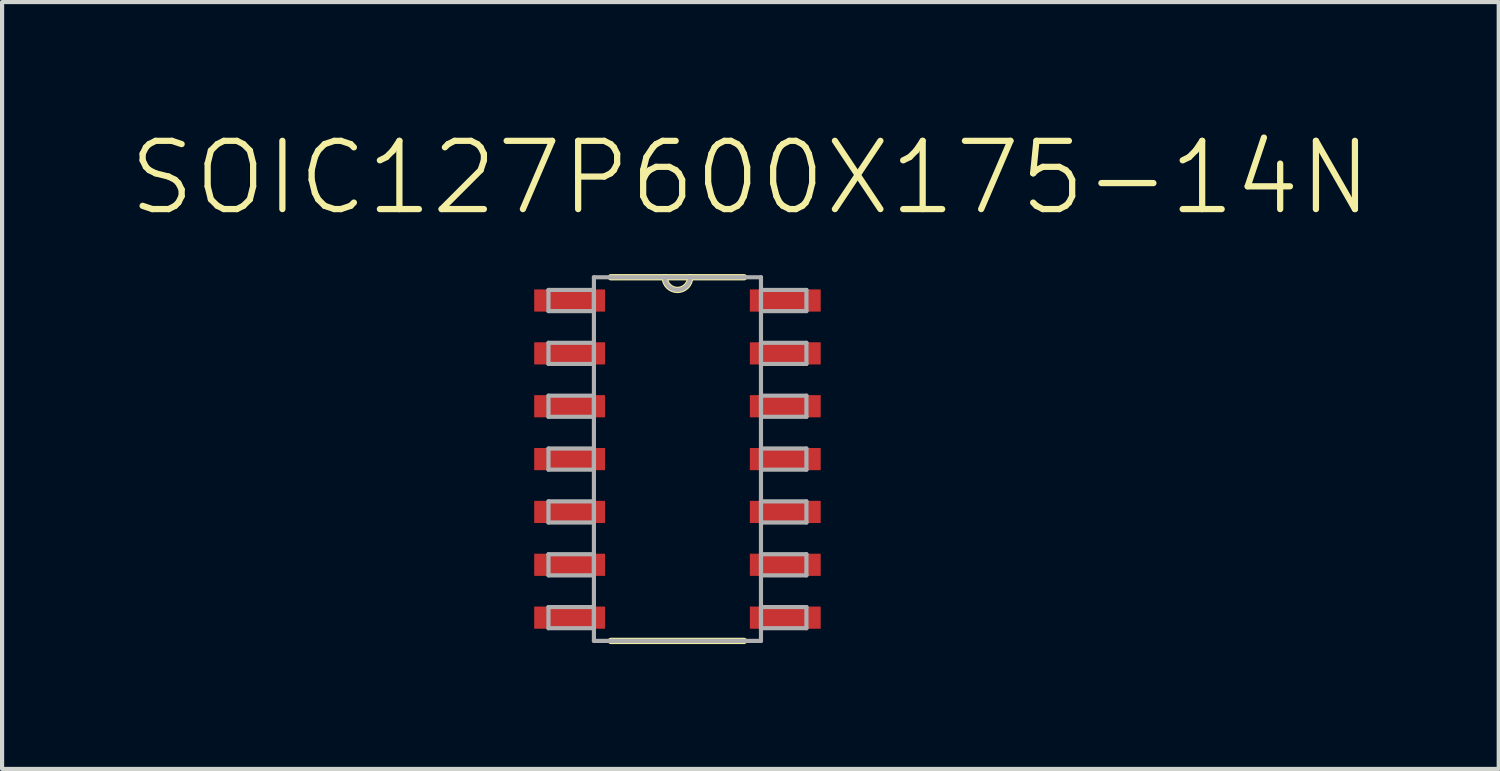
<source format=kicad_pcb>
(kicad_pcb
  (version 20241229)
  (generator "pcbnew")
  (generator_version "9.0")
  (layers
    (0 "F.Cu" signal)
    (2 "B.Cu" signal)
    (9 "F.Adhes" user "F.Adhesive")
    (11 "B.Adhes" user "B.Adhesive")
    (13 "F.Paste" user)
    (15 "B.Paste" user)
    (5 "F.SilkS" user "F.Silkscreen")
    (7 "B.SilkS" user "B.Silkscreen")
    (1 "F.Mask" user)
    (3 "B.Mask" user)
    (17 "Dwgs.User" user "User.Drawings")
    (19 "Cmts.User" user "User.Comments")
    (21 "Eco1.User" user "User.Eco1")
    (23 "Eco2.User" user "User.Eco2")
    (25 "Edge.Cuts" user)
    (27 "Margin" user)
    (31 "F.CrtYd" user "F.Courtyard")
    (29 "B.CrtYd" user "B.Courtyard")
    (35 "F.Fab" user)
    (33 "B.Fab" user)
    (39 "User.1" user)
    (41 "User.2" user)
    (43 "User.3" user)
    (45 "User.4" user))
  (footprint "SOIC127P600X175-14N"
    (layer "F.Cu")
    (at 13.228 7.981)
    (property "Reference" "SOIC127P600X175-14N" (at 1.753 -6.758 0) (layer "F.SilkS") (effects (font (size 1.64 1.64) (thickness 0.15))))
    (attr through_hole)
    (fp_line (start -1.6 4.369) (end 1.6 4.369) (stroke (width 0.152) (type solid)) (layer "F.SilkS"))
    (fp_line (start -0.305 -4.369) (end -1.6 -4.369) (stroke (width 0.152) (type solid)) (layer "F.SilkS"))
    (fp_line (start 0.305 -4.369) (end -0.305 -4.369) (stroke (width 0.152) (type solid)) (layer "F.SilkS"))
    (fp_line (start 1.6 -4.369) (end 0.305 -4.369) (stroke (width 0.152) (type solid)) (layer "F.SilkS"))
    (fp_arc (start 0.3048 -4.3688) (mid 0 -4.064) (end -0.3048 -4.3688) (stroke (width 0.1524) (type solid)) (layer "F.SilkS"))
    (fp_line (start -3.099 -4.064) (end -3.099 -3.556) (stroke (width 0.1) (type solid)) (layer "F.Fab"))
    (fp_line (start -3.099 -3.556) (end -2.007 -3.556) (stroke (width 0.1) (type solid)) (layer "F.Fab"))
    (fp_line (start -3.099 -2.794) (end -3.099 -2.286) (stroke (width 0.1) (type solid)) (layer "F.Fab"))
    (fp_line (start -3.099 -2.286) (end -2.007 -2.286) (stroke (width 0.1) (type solid)) (layer "F.Fab"))
    (fp_line (start -3.099 -1.524) (end -3.099 -1.016) (stroke (width 0.1) (type solid)) (layer "F.Fab"))
    (fp_line (start -3.099 -1.016) (end -2.007 -1.016) (stroke (width 0.1) (type solid)) (layer "F.Fab"))
    (fp_line (start -3.099 -0.254) (end -3.099 0.254) (stroke (width 0.1) (type solid)) (layer "F.Fab"))
    (fp_line (start -3.099 0.254) (end -2.007 0.254) (stroke (width 0.1) (type solid)) (layer "F.Fab"))
    (fp_line (start -3.099 1.016) (end -3.099 1.524) (stroke (width 0.1) (type solid)) (layer "F.Fab"))
    (fp_line (start -3.099 1.524) (end -2.007 1.524) (stroke (width 0.1) (type solid)) (layer "F.Fab"))
    (fp_line (start -3.099 2.286) (end -3.099 2.794) (stroke (width 0.1) (type solid)) (layer "F.Fab"))
    (fp_line (start -3.099 2.794) (end -2.007 2.794) (stroke (width 0.1) (type solid)) (layer "F.Fab"))
    (fp_line (start -3.099 3.556) (end -3.099 4.064) (stroke (width 0.1) (type solid)) (layer "F.Fab"))
    (fp_line (start -3.099 4.064) (end -2.007 4.064) (stroke (width 0.1) (type solid)) (layer "F.Fab"))
    (fp_line (start -2.007 -4.369) (end -2.007 4.369) (stroke (width 0.1) (type solid)) (layer "F.Fab"))
    (fp_line (start -2.007 -4.064) (end -3.099 -4.064) (stroke (width 0.1) (type solid)) (layer "F.Fab"))
    (fp_line (start -2.007 -3.556) (end -2.007 -4.064) (stroke (width 0.1) (type solid)) (layer "F.Fab"))
    (fp_line (start -2.007 -2.794) (end -3.099 -2.794) (stroke (width 0.1) (type solid)) (layer "F.Fab"))
    (fp_line (start -2.007 -2.286) (end -2.007 -2.794) (stroke (width 0.1) (type solid)) (layer "F.Fab"))
    (fp_line (start -2.007 -1.524) (end -3.099 -1.524) (stroke (width 0.1) (type solid)) (layer "F.Fab"))
    (fp_line (start -2.007 -1.016) (end -2.007 -1.524) (stroke (width 0.1) (type solid)) (layer "F.Fab"))
    (fp_line (start -2.007 -0.254) (end -3.099 -0.254) (stroke (width 0.1) (type solid)) (layer "F.Fab"))
    (fp_line (start -2.007 0.254) (end -2.007 -0.254) (stroke (width 0.1) (type solid)) (layer "F.Fab"))
    (fp_line (start -2.007 1.016) (end -3.099 1.016) (stroke (width 0.1) (type solid)) (layer "F.Fab"))
    (fp_line (start -2.007 1.524) (end -2.007 1.016) (stroke (width 0.1) (type solid)) (layer "F.Fab"))
    (fp_line (start -2.007 2.286) (end -3.099 2.286) (stroke (width 0.1) (type solid)) (layer "F.Fab"))
    (fp_line (start -2.007 2.794) (end -2.007 2.286) (stroke (width 0.1) (type solid)) (layer "F.Fab"))
    (fp_line (start -2.007 3.556) (end -3.099 3.556) (stroke (width 0.1) (type solid)) (layer "F.Fab"))
    (fp_line (start -2.007 4.064) (end -2.007 3.556) (stroke (width 0.1) (type solid)) (layer "F.Fab"))
    (fp_line (start -2.007 4.369) (end 2.007 4.369) (stroke (width 0.1) (type solid)) (layer "F.Fab"))
    (fp_line (start -0.305 -4.369) (end -2.007 -4.369) (stroke (width 0.1) (type solid)) (layer "F.Fab"))
    (fp_line (start 0.305 -4.369) (end -0.305 -4.369) (stroke (width 0.1) (type solid)) (layer "F.Fab"))
    (fp_line (start 2.007 -4.369) (end 0.305 -4.369) (stroke (width 0.1) (type solid)) (layer "F.Fab"))
    (fp_line (start 2.007 -4.064) (end 2.007 -3.556) (stroke (width 0.1) (type solid)) (layer "F.Fab"))
    (fp_line (start 2.007 -3.556) (end 3.099 -3.556) (stroke (width 0.1) (type solid)) (layer "F.Fab"))
    (fp_line (start 2.007 -2.794) (end 2.007 -2.286) (stroke (width 0.1) (type solid)) (layer "F.Fab"))
    (fp_line (start 2.007 -2.286) (end 3.099 -2.286) (stroke (width 0.1) (type solid)) (layer "F.Fab"))
    (fp_line (start 2.007 -1.524) (end 2.007 -1.016) (stroke (width 0.1) (type solid)) (layer "F.Fab"))
    (fp_line (start 2.007 -1.016) (end 3.099 -1.016) (stroke (width 0.1) (type solid)) (layer "F.Fab"))
    (fp_line (start 2.007 -0.254) (end 2.007 0.254) (stroke (width 0.1) (type solid)) (layer "F.Fab"))
    (fp_line (start 2.007 0.254) (end 3.099 0.254) (stroke (width 0.1) (type solid)) (layer "F.Fab"))
    (fp_line (start 2.007 1.016) (end 2.007 1.524) (stroke (width 0.1) (type solid)) (layer "F.Fab"))
    (fp_line (start 2.007 1.524) (end 3.099 1.524) (stroke (width 0.1) (type solid)) (layer "F.Fab"))
    (fp_line (start 2.007 2.286) (end 2.007 2.794) (stroke (width 0.1) (type solid)) (layer "F.Fab"))
    (fp_line (start 2.007 2.794) (end 3.099 2.794) (stroke (width 0.1) (type solid)) (layer "F.Fab"))
    (fp_line (start 2.007 3.556) (end 2.007 4.064) (stroke (width 0.1) (type solid)) (layer "F.Fab"))
    (fp_line (start 2.007 4.064) (end 3.099 4.064) (stroke (width 0.1) (type solid)) (layer "F.Fab"))
    (fp_line (start 2.007 4.369) (end 2.007 -4.369) (stroke (width 0.1) (type solid)) (layer "F.Fab"))
    (fp_line (start 3.099 -4.064) (end 2.007 -4.064) (stroke (width 0.1) (type solid)) (layer "F.Fab"))
    (fp_line (start 3.099 -3.556) (end 3.099 -4.064) (stroke (width 0.1) (type solid)) (layer "F.Fab"))
    (fp_line (start 3.099 -2.794) (end 2.007 -2.794) (stroke (width 0.1) (type solid)) (layer "F.Fab"))
    (fp_line (start 3.099 -2.286) (end 3.099 -2.794) (stroke (width 0.1) (type solid)) (layer "F.Fab"))
    (fp_line (start 3.099 -1.524) (end 2.007 -1.524) (stroke (width 0.1) (type solid)) (layer "F.Fab"))
    (fp_line (start 3.099 -1.016) (end 3.099 -1.524) (stroke (width 0.1) (type solid)) (layer "F.Fab"))
    (fp_line (start 3.099 -0.254) (end 2.007 -0.254) (stroke (width 0.1) (type solid)) (layer "F.Fab"))
    (fp_line (start 3.099 0.254) (end 3.099 -0.254) (stroke (width 0.1) (type solid)) (layer "F.Fab"))
    (fp_line (start 3.099 1.016) (end 2.007 1.016) (stroke (width 0.1) (type solid)) (layer "F.Fab"))
    (fp_line (start 3.099 1.524) (end 3.099 1.016) (stroke (width 0.1) (type solid)) (layer "F.Fab"))
    (fp_line (start 3.099 2.286) (end 2.007 2.286) (stroke (width 0.1) (type solid)) (layer "F.Fab"))
    (fp_line (start 3.099 2.794) (end 3.099 2.286) (stroke (width 0.1) (type solid)) (layer "F.Fab"))
    (fp_line (start 3.099 3.556) (end 2.007 3.556) (stroke (width 0.1) (type solid)) (layer "F.Fab"))
    (fp_line (start 3.099 4.064) (end 3.099 3.556) (stroke (width 0.1) (type solid)) (layer "F.Fab"))
    (fp_arc (start 0.3048 -4.3688) (mid 0 -4.064) (end -0.3048 -4.3688) (stroke (width 0.1) (type solid)) (layer "F.Fab"))
    (pad "1" smd rect (at -2.591 -3.81) (size 1.702 0.533) (layers "F.Cu" "F.Mask" "F.Paste"))
    (pad "2" smd rect (at -2.591 -2.54) (size 1.702 0.533) (layers "F.Cu" "F.Mask" "F.Paste"))
    (pad "3" smd rect (at -2.591 -1.27) (size 1.702 0.533) (layers "F.Cu" "F.Mask" "F.Paste"))
    (pad "4" smd rect (at -2.591 0) (size 1.702 0.533) (layers "F.Cu" "F.Mask" "F.Paste"))
    (pad "5" smd rect (at -2.591 1.27) (size 1.702 0.533) (layers "F.Cu" "F.Mask" "F.Paste"))
    (pad "6" smd rect (at -2.591 2.54) (size 1.702 0.533) (layers "F.Cu" "F.Mask" "F.Paste"))
    (pad "7" smd rect (at -2.591 3.81) (size 1.702 0.533) (layers "F.Cu" "F.Mask" "F.Paste"))
    (pad "8" smd rect (at 2.591 3.81) (size 1.702 0.533) (layers "F.Cu" "F.Mask" "F.Paste"))
    (pad "9" smd rect (at 2.591 2.54) (size 1.702 0.533) (layers "F.Cu" "F.Mask" "F.Paste"))
    (pad "10" smd rect (at 2.591 1.27) (size 1.702 0.533) (layers "F.Cu" "F.Mask" "F.Paste"))
    (pad "11" smd rect (at 2.591 0) (size 1.702 0.533) (layers "F.Cu" "F.Mask" "F.Paste"))
    (pad "12" smd rect (at 2.591 -1.27) (size 1.702 0.533) (layers "F.Cu" "F.Mask" "F.Paste"))
    (pad "13" smd rect (at 2.591 -2.54) (size 1.702 0.533) (layers "F.Cu" "F.Mask" "F.Paste"))
    (pad "14" smd rect (at 2.591 -3.81) (size 1.702 0.533) (layers "F.Cu" "F.Mask" "F.Paste")))
  (gr_rect
    (start -3 -3)
    (end 32.962 15.426)
    (stroke (width 0.1) (type default))
    (fill no)
    (layer "Edge.Cuts")))
</source>
